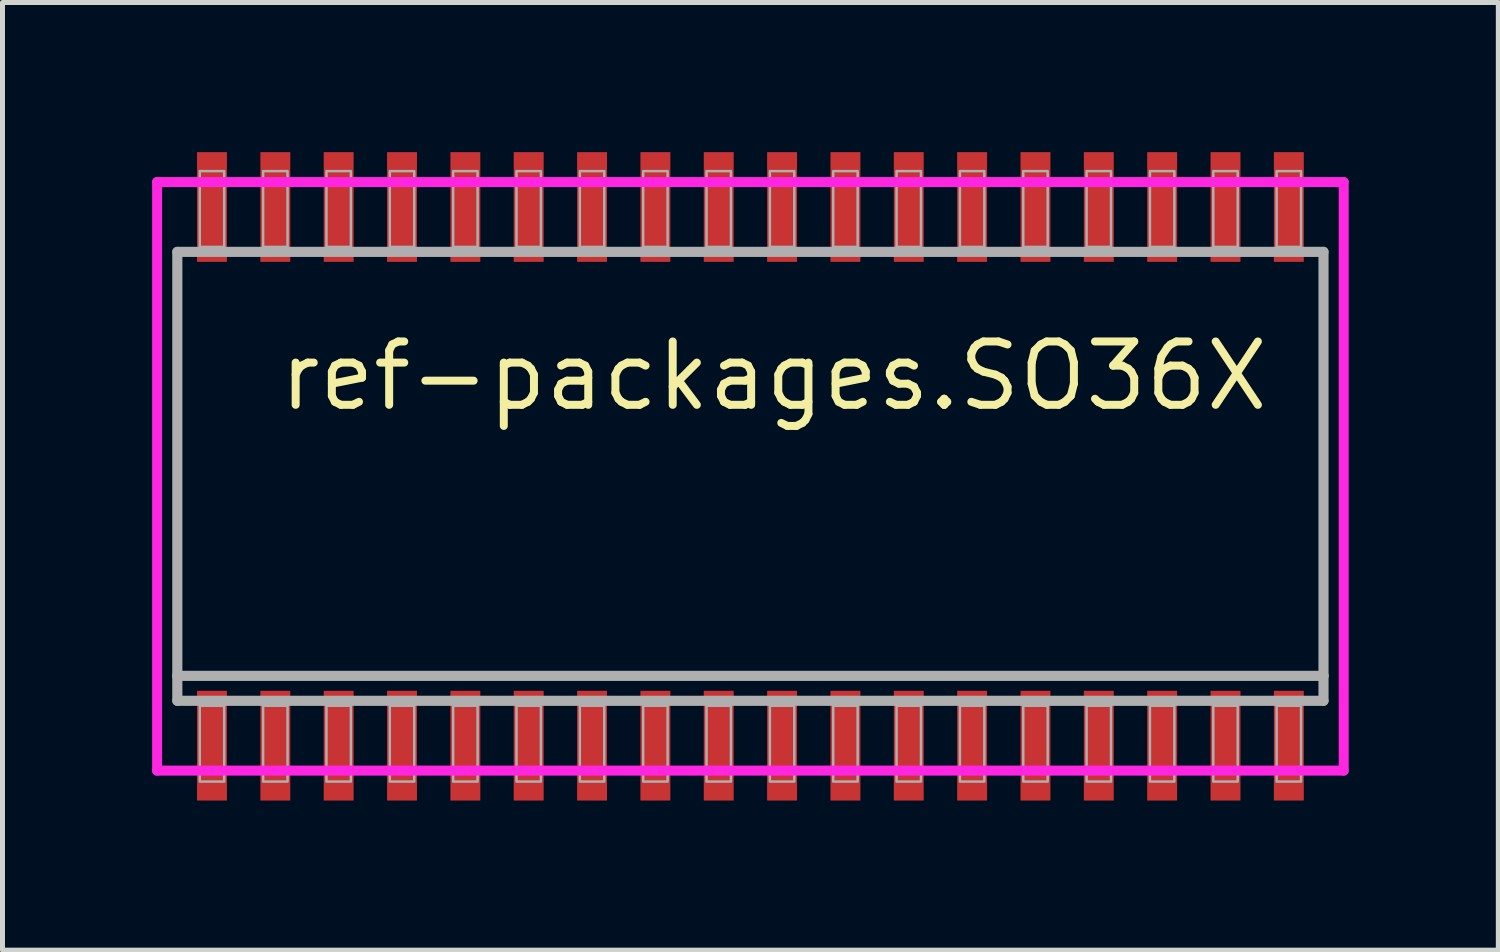
<source format=kicad_pcb>
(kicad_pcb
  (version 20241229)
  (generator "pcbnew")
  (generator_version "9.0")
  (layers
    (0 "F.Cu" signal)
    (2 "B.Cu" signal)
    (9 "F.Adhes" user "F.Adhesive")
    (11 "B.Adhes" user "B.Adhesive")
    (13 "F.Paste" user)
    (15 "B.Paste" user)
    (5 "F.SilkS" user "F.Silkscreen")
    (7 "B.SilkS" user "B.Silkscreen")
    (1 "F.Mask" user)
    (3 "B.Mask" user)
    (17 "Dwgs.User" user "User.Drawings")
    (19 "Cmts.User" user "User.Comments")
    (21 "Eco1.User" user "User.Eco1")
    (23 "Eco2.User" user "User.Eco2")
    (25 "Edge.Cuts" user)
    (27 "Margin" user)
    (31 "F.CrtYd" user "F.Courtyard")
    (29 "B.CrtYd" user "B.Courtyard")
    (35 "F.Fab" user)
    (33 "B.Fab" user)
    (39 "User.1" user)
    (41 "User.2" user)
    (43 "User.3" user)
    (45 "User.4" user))
  (footprint "ref-packages.SO36X"
    (layer "F.Cu")
    (at 11.995 6.5)
    (property "Reference" "ref-packages.SO36X" (at -9.525 -1.27 0) (layer "F.SilkS") (effects (font (size 1.27 1.27) (thickness 0.16)) (justify left bottom)))
    (attr smd)
    (fp_line (start -11.895 -5.9) (end 11.895 -5.9) (stroke (width 0.2) (type default)) (layer "F.CrtYd"))
    (fp_line (start -11.895 5.9) (end -11.895 -5.9) (stroke (width 0.2) (type default)) (layer "F.CrtYd"))
    (fp_line (start 11.895 -5.9) (end 11.895 5.9) (stroke (width 0.2) (type default)) (layer "F.CrtYd"))
    (fp_line (start 11.895 5.9) (end -11.895 5.9) (stroke (width 0.2) (type default)) (layer "F.CrtYd"))
    (fp_line (start -11.49 -4.5) (end 11.49 -4.5) (stroke (width 0.203) (type default)) (layer "F.Fab"))
    (fp_line (start -11.49 4) (end -11.49 -4.5) (stroke (width 0.203) (type default)) (layer "F.Fab"))
    (fp_line (start -11.49 4.5) (end -11.49 4) (stroke (width 0.203) (type default)) (layer "F.Fab"))
    (fp_line (start 11.49 -4.5) (end 11.49 4) (stroke (width 0.203) (type default)) (layer "F.Fab"))
    (fp_line (start 11.49 4) (end -11.49 4) (stroke (width 0.203) (type default)) (layer "F.Fab"))
    (fp_line (start 11.49 4) (end 11.49 4.5) (stroke (width 0.203) (type default)) (layer "F.Fab"))
    (fp_line (start 11.49 4.5) (end -11.49 4.5) (stroke (width 0.203) (type default)) (layer "F.Fab"))
    (fp_rect (start -11.04 -4.6) (end -10.55 -6.12) (stroke (width 0.05) (type default)) (fill no) (layer "F.Fab"))
    (fp_rect (start -11.04 6.12) (end -10.55 4.6) (stroke (width 0.05) (type default)) (fill no) (layer "F.Fab"))
    (fp_rect (start -9.77 -4.6) (end -9.28 -6.12) (stroke (width 0.05) (type default)) (fill no) (layer "F.Fab"))
    (fp_rect (start -9.77 6.12) (end -9.28 4.6) (stroke (width 0.05) (type default)) (fill no) (layer "F.Fab"))
    (fp_rect (start -8.5 -4.6) (end -8.01 -6.12) (stroke (width 0.05) (type default)) (fill no) (layer "F.Fab"))
    (fp_rect (start -8.5 6.12) (end -8.01 4.6) (stroke (width 0.05) (type default)) (fill no) (layer "F.Fab"))
    (fp_rect (start -7.23 -4.6) (end -6.74 -6.12) (stroke (width 0.05) (type default)) (fill no) (layer "F.Fab"))
    (fp_rect (start -7.23 6.12) (end -6.74 4.6) (stroke (width 0.05) (type default)) (fill no) (layer "F.Fab"))
    (fp_rect (start -5.96 -4.6) (end -5.47 -6.12) (stroke (width 0.05) (type default)) (fill no) (layer "F.Fab"))
    (fp_rect (start -5.96 6.12) (end -5.47 4.6) (stroke (width 0.05) (type default)) (fill no) (layer "F.Fab"))
    (fp_rect (start -4.69 -4.6) (end -4.2 -6.12) (stroke (width 0.05) (type default)) (fill no) (layer "F.Fab"))
    (fp_rect (start -4.69 6.12) (end -4.2 4.6) (stroke (width 0.05) (type default)) (fill no) (layer "F.Fab"))
    (fp_rect (start -3.42 -4.6) (end -2.93 -6.12) (stroke (width 0.05) (type default)) (fill no) (layer "F.Fab"))
    (fp_rect (start -3.42 6.12) (end -2.93 4.6) (stroke (width 0.05) (type default)) (fill no) (layer "F.Fab"))
    (fp_rect (start -2.15 -4.6) (end -1.66 -6.12) (stroke (width 0.05) (type default)) (fill no) (layer "F.Fab"))
    (fp_rect (start -2.15 6.12) (end -1.66 4.6) (stroke (width 0.05) (type default)) (fill no) (layer "F.Fab"))
    (fp_rect (start -0.88 -4.6) (end -0.39 -6.12) (stroke (width 0.05) (type default)) (fill no) (layer "F.Fab"))
    (fp_rect (start -0.88 6.12) (end -0.39 4.6) (stroke (width 0.05) (type default)) (fill no) (layer "F.Fab"))
    (fp_rect (start 0.39 -4.6) (end 0.88 -6.12) (stroke (width 0.05) (type default)) (fill no) (layer "F.Fab"))
    (fp_rect (start 0.39 6.12) (end 0.88 4.6) (stroke (width 0.05) (type default)) (fill no) (layer "F.Fab"))
    (fp_rect (start 1.66 -4.6) (end 2.15 -6.12) (stroke (width 0.05) (type default)) (fill no) (layer "F.Fab"))
    (fp_rect (start 1.66 6.12) (end 2.15 4.6) (stroke (width 0.05) (type default)) (fill no) (layer "F.Fab"))
    (fp_rect (start 2.93 -4.6) (end 3.42 -6.12) (stroke (width 0.05) (type default)) (fill no) (layer "F.Fab"))
    (fp_rect (start 2.93 6.12) (end 3.42 4.6) (stroke (width 0.05) (type default)) (fill no) (layer "F.Fab"))
    (fp_rect (start 4.2 -4.6) (end 4.69 -6.12) (stroke (width 0.05) (type default)) (fill no) (layer "F.Fab"))
    (fp_rect (start 4.2 6.12) (end 4.69 4.6) (stroke (width 0.05) (type default)) (fill no) (layer "F.Fab"))
    (fp_rect (start 5.47 -4.6) (end 5.96 -6.12) (stroke (width 0.05) (type default)) (fill no) (layer "F.Fab"))
    (fp_rect (start 5.47 6.12) (end 5.96 4.6) (stroke (width 0.05) (type default)) (fill no) (layer "F.Fab"))
    (fp_rect (start 6.74 -4.6) (end 7.23 -6.12) (stroke (width 0.05) (type default)) (fill no) (layer "F.Fab"))
    (fp_rect (start 6.74 6.12) (end 7.23 4.6) (stroke (width 0.05) (type default)) (fill no) (layer "F.Fab"))
    (fp_rect (start 8.01 -4.6) (end 8.5 -6.12) (stroke (width 0.05) (type default)) (fill no) (layer "F.Fab"))
    (fp_rect (start 8.01 6.12) (end 8.5 4.6) (stroke (width 0.05) (type default)) (fill no) (layer "F.Fab"))
    (fp_rect (start 9.28 -4.6) (end 9.77 -6.12) (stroke (width 0.05) (type default)) (fill no) (layer "F.Fab"))
    (fp_rect (start 9.28 6.12) (end 9.77 4.6) (stroke (width 0.05) (type default)) (fill no) (layer "F.Fab"))
    (fp_rect (start 10.55 -4.6) (end 11.04 -6.12) (stroke (width 0.05) (type default)) (fill no) (layer "F.Fab"))
    (fp_rect (start 10.55 6.12) (end 11.04 4.6) (stroke (width 0.05) (type default)) (fill no) (layer "F.Fab"))
    (pad "1" smd roundrect (at -10.795 5.4) (size 0.6 2.2) (layers "F.Cu" "F.Mask" "F.Paste") (roundrect_rratio 0.01))
    (pad "2" smd roundrect (at -9.525 5.4) (size 0.6 2.2) (layers "F.Cu" "F.Mask" "F.Paste") (roundrect_rratio 0.01))
    (pad "3" smd roundrect (at -8.255 5.4) (size 0.6 2.2) (layers "F.Cu" "F.Mask" "F.Paste") (roundrect_rratio 0.01))
    (pad "4" smd roundrect (at -6.985 5.4) (size 0.6 2.2) (layers "F.Cu" "F.Mask" "F.Paste") (roundrect_rratio 0.01))
    (pad "5" smd roundrect (at -5.715 5.4) (size 0.6 2.2) (layers "F.Cu" "F.Mask" "F.Paste") (roundrect_rratio 0.01))
    (pad "6" smd roundrect (at -4.445 5.4) (size 0.6 2.2) (layers "F.Cu" "F.Mask" "F.Paste") (roundrect_rratio 0.01))
    (pad "7" smd roundrect (at -3.175 5.4) (size 0.6 2.2) (layers "F.Cu" "F.Mask" "F.Paste") (roundrect_rratio 0.01))
    (pad "8" smd roundrect (at -1.905 5.4) (size 0.6 2.2) (layers "F.Cu" "F.Mask" "F.Paste") (roundrect_rratio 0.01))
    (pad "9" smd roundrect (at -0.635 5.4) (size 0.6 2.2) (layers "F.Cu" "F.Mask" "F.Paste") (roundrect_rratio 0.01))
    (pad "10" smd roundrect (at 0.635 5.4) (size 0.6 2.2) (layers "F.Cu" "F.Mask" "F.Paste") (roundrect_rratio 0.01))
    (pad "11" smd roundrect (at 1.905 5.4) (size 0.6 2.2) (layers "F.Cu" "F.Mask" "F.Paste") (roundrect_rratio 0.01))
    (pad "12" smd roundrect (at 3.175 5.4) (size 0.6 2.2) (layers "F.Cu" "F.Mask" "F.Paste") (roundrect_rratio 0.01))
    (pad "13" smd roundrect (at 4.445 5.4) (size 0.6 2.2) (layers "F.Cu" "F.Mask" "F.Paste") (roundrect_rratio 0.01))
    (pad "14" smd roundrect (at 5.715 5.4) (size 0.6 2.2) (layers "F.Cu" "F.Mask" "F.Paste") (roundrect_rratio 0.01))
    (pad "15" smd roundrect (at 6.985 5.4) (size 0.6 2.2) (layers "F.Cu" "F.Mask" "F.Paste") (roundrect_rratio 0.01))
    (pad "16" smd roundrect (at 8.255 5.4) (size 0.6 2.2) (layers "F.Cu" "F.Mask" "F.Paste") (roundrect_rratio 0.01))
    (pad "17" smd roundrect (at 9.525 5.4) (size 0.6 2.2) (layers "F.Cu" "F.Mask" "F.Paste") (roundrect_rratio 0.01))
    (pad "18" smd roundrect (at 10.795 5.4) (size 0.6 2.2) (layers "F.Cu" "F.Mask" "F.Paste") (roundrect_rratio 0.01))
    (pad "19" smd roundrect (at 10.795 -5.4) (size 0.6 2.2) (layers "F.Cu" "F.Mask" "F.Paste") (roundrect_rratio 0.01))
    (pad "20" smd roundrect (at 9.525 -5.4) (size 0.6 2.2) (layers "F.Cu" "F.Mask" "F.Paste") (roundrect_rratio 0.01))
    (pad "21" smd roundrect (at 8.255 -5.4) (size 0.6 2.2) (layers "F.Cu" "F.Mask" "F.Paste") (roundrect_rratio 0.01))
    (pad "22" smd roundrect (at 6.985 -5.4) (size 0.6 2.2) (layers "F.Cu" "F.Mask" "F.Paste") (roundrect_rratio 0.01))
    (pad "23" smd roundrect (at 5.715 -5.4) (size 0.6 2.2) (layers "F.Cu" "F.Mask" "F.Paste") (roundrect_rratio 0.01))
    (pad "24" smd roundrect (at 4.445 -5.4) (size 0.6 2.2) (layers "F.Cu" "F.Mask" "F.Paste") (roundrect_rratio 0.01))
    (pad "25" smd roundrect (at 3.175 -5.4) (size 0.6 2.2) (layers "F.Cu" "F.Mask" "F.Paste") (roundrect_rratio 0.01))
    (pad "26" smd roundrect (at 1.905 -5.4) (size 0.6 2.2) (layers "F.Cu" "F.Mask" "F.Paste") (roundrect_rratio 0.01))
    (pad "27" smd roundrect (at 0.635 -5.4) (size 0.6 2.2) (layers "F.Cu" "F.Mask" "F.Paste") (roundrect_rratio 0.01))
    (pad "28" smd roundrect (at -0.635 -5.4) (size 0.6 2.2) (layers "F.Cu" "F.Mask" "F.Paste") (roundrect_rratio 0.01))
    (pad "29" smd roundrect (at -1.905 -5.4) (size 0.6 2.2) (layers "F.Cu" "F.Mask" "F.Paste") (roundrect_rratio 0.01))
    (pad "30" smd roundrect (at -3.175 -5.4) (size 0.6 2.2) (layers "F.Cu" "F.Mask" "F.Paste") (roundrect_rratio 0.01))
    (pad "31" smd roundrect (at -4.445 -5.4) (size 0.6 2.2) (layers "F.Cu" "F.Mask" "F.Paste") (roundrect_rratio 0.01))
    (pad "32" smd roundrect (at -5.715 -5.4) (size 0.6 2.2) (layers "F.Cu" "F.Mask" "F.Paste") (roundrect_rratio 0.01))
    (pad "33" smd roundrect (at -6.985 -5.4) (size 0.6 2.2) (layers "F.Cu" "F.Mask" "F.Paste") (roundrect_rratio 0.01))
    (pad "34" smd roundrect (at -8.255 -5.4) (size 0.6 2.2) (layers "F.Cu" "F.Mask" "F.Paste") (roundrect_rratio 0.01))
    (pad "35" smd roundrect (at -9.525 -5.4) (size 0.6 2.2) (layers "F.Cu" "F.Mask" "F.Paste") (roundrect_rratio 0.01))
    (pad "36" smd roundrect (at -10.795 -5.4) (size 0.6 2.2) (layers "F.Cu" "F.Mask" "F.Paste") (roundrect_rratio 0.01)))
  (gr_rect
    (start -3 -3)
    (end 26.99 16)
    (stroke (width 0.1) (type default))
    (fill no)
    (layer "Edge.Cuts")))
</source>
